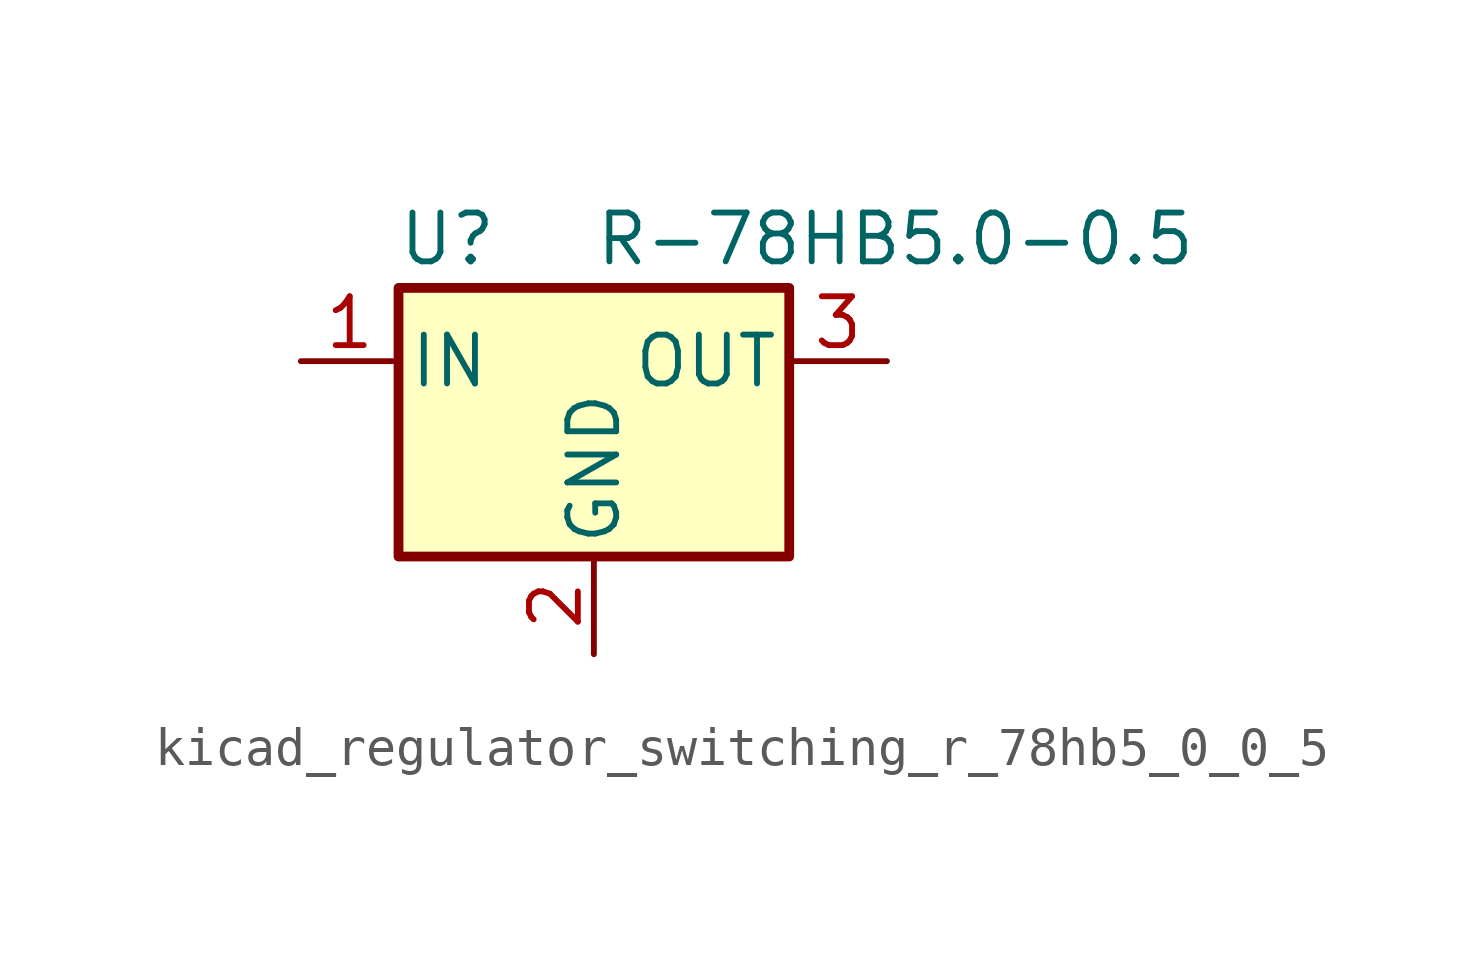
<source format=kicad_sym>
(kicad_symbol_lib
  (version 20220914)
  (generator kicad_symbol_editor)
  (symbol "kicad_regulator_switching_r_78hb5_0_0_5"
    (pin_names
      (offset 0.254))
    (property "Reference" "U"
      (at -3.81 3.175 0)
      (effects (font (size 1.27 1.27))))
    (property "Value" "R-78HB5.0-0.5"
      (at 0 3.175 0)
      (effects (font (size 1.27 1.27)) (justify left)))
    (symbol "kicad_regulator_switching_r_78hb5_0_0_5_0_1"
      (rectangle (start -5.08 1.905) (end 5.08 -5.08) (stroke (width 0.254) (type default)) (fill (type background))))
    (symbol "kicad_regulator_switching_r_78hb5_0_0_5_1_1"
      (pin power_in line (at -7.62 0 0) (length 2.54) (name "IN" (effects (font (size 1.27 1.27)))) (number "1" (effects (font (size 1.27 1.27)))))
      (pin power_in line (at 0 -7.62 90) (length 2.54) (name "GND" (effects (font (size 1.27 1.27)))) (number "2" (effects (font (size 1.27 1.27)))))
      (pin power_out line (at 7.62 0 180) (length 2.54) (name "OUT" (effects (font (size 1.27 1.27)))) (number "3" (effects (font (size 1.27 1.27))))))))
</source>
